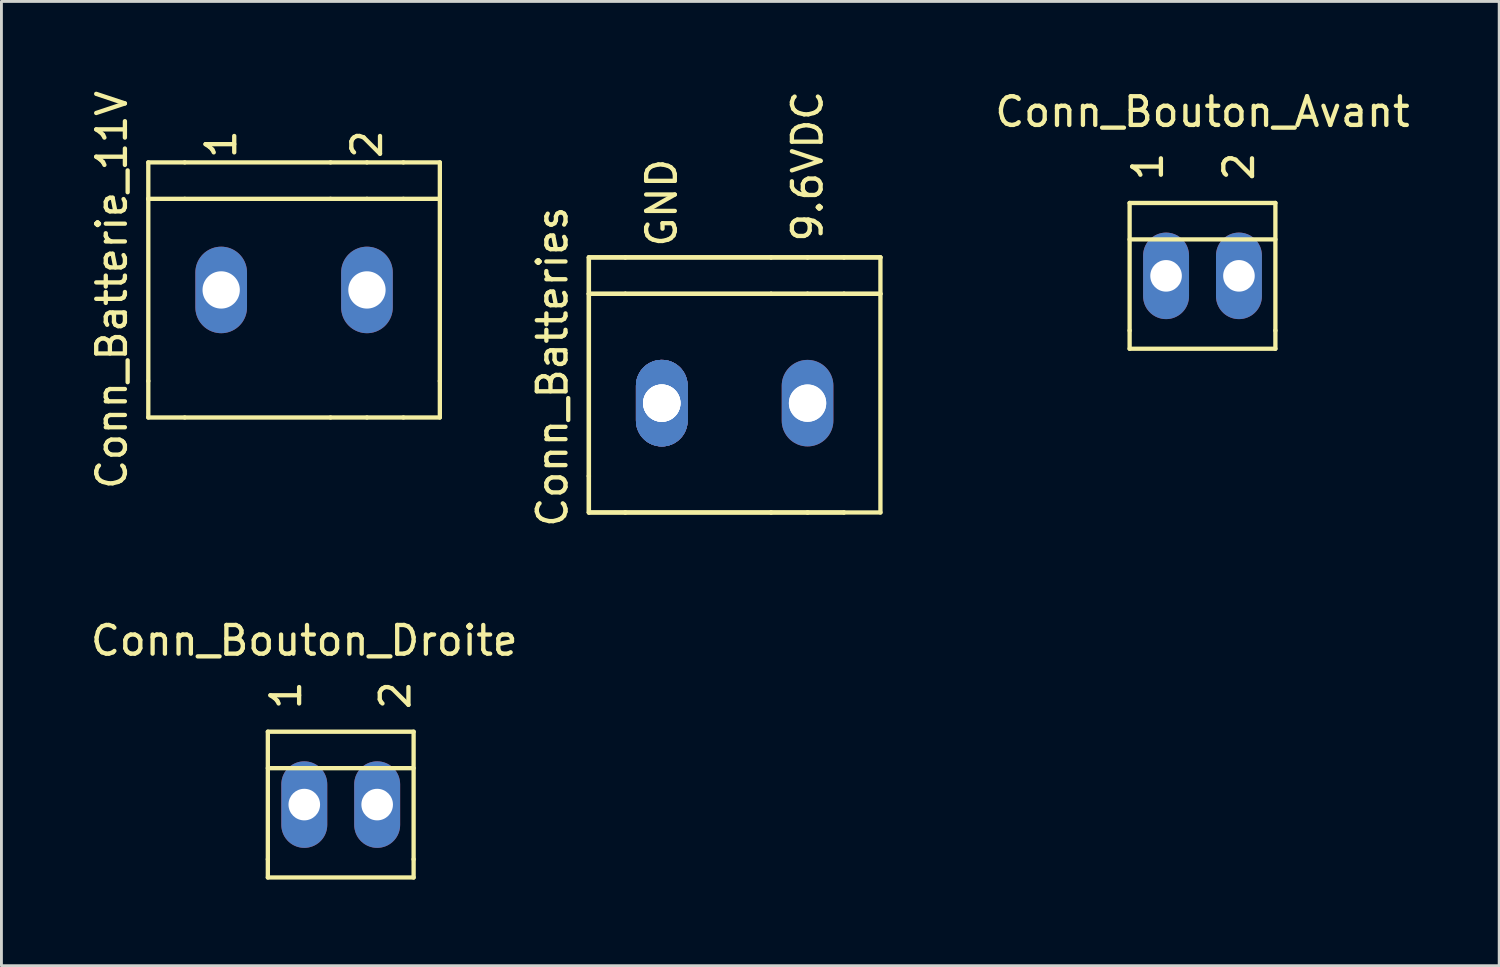
<source format=kicad_pcb>
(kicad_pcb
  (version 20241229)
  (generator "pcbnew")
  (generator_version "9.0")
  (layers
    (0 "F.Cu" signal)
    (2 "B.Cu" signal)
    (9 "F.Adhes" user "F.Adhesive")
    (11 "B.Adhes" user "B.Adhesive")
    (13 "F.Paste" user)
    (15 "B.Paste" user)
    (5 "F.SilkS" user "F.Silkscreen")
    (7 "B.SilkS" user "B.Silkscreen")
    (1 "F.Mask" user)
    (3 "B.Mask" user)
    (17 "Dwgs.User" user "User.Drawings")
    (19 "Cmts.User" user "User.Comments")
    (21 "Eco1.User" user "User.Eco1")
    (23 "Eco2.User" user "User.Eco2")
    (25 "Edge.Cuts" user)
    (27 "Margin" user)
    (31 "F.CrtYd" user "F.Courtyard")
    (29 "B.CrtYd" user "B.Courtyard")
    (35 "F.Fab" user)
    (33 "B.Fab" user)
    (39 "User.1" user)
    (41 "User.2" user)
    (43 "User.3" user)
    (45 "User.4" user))
  (footprint "Conn_Bouton_Avant"
    (layer "F.Cu")
    (at 38.856 6.563)
    (property "Reference" "Conn_Bouton_Avant" (at 0 -5.715 0) (layer "F.SilkS") (effects (font (size 1 1) (thickness 0.15))))
    (attr exclude_from_pos_files exclude_from_bom)
    (fp_line (start -2.54 -2.54) (end -2.54 1.905) (stroke (width 0.15) (type solid)) (layer "F.SilkS"))
    (fp_line (start -2.54 -2.54) (end 2.54 -2.54) (stroke (width 0.15) (type solid)) (layer "F.SilkS"))
    (fp_line (start -2.54 1.905) (end -2.54 2.54) (stroke (width 0.15) (type solid)) (layer "F.SilkS"))
    (fp_line (start 2.54 -2.54) (end 2.54 1.905) (stroke (width 0.15) (type solid)) (layer "F.SilkS"))
    (fp_line (start 2.54 -1.27) (end -2.54 -1.27) (stroke (width 0.15) (type solid)) (layer "F.SilkS"))
    (fp_line (start 2.54 1.905) (end 2.54 2.54) (stroke (width 0.15) (type solid)) (layer "F.SilkS"))
    (fp_line (start 2.54 2.54) (end -2.54 2.54) (stroke (width 0.15) (type solid)) (layer "F.SilkS"))
    (fp_text user "2" (at 1.27 -3.81 90) (layer "F.SilkS") (effects (font (size 1 1) (thickness 0.15))))
    (fp_text user "1" (at -1.905 -3.81 90) (layer "F.SilkS") (effects (font (size 1 1) (thickness 0.15))))
    (pad "1" thru_hole oval (at -1.27 0) (size 1.6 3.015) (drill 1.1) (layers "*.Cu" "*.Mask"))
    (pad "2" thru_hole oval (at 1.27 0) (size 1.6 3.015) (drill 1.1) (layers "*.Cu" "*.Mask")))
  (footprint "Conn_Batteries"
    (layer "F.Cu")
    (at 28.267 12.904)
    (property "Reference" "Conn_Batteries" (at -12.065 -3.175 90) (layer "F.SilkS") (effects (font (size 1 1) (thickness 0.15))))
    (attr exclude_from_pos_files exclude_from_bom)
    (fp_line (start -10.795 -6.985) (end -9.525 -6.985) (stroke (width 0.15) (type solid)) (layer "F.SilkS"))
    (fp_line (start -10.795 -6.985) (end -9.525 -6.985) (stroke (width 0.15) (type solid)) (layer "F.SilkS"))
    (fp_line (start -10.795 -5.715) (end -10.795 -6.985) (stroke (width 0.15) (type solid)) (layer "F.SilkS"))
    (fp_line (start -10.795 -5.715) (end -10.795 -6.985) (stroke (width 0.15) (type solid)) (layer "F.SilkS"))
    (fp_line (start -10.795 -5.715) (end -10.795 0.635) (stroke (width 0.15) (type solid)) (layer "F.SilkS"))
    (fp_line (start -10.795 -5.715) (end -10.795 0.635) (stroke (width 0.15) (type solid)) (layer "F.SilkS"))
    (fp_line (start -10.795 -5.715) (end -9.525 -5.715) (stroke (width 0.15) (type solid)) (layer "F.SilkS"))
    (fp_line (start -10.795 -5.715) (end -9.525 -5.715) (stroke (width 0.15) (type solid)) (layer "F.SilkS"))
    (fp_line (start -10.795 1.905) (end -10.795 0.635) (stroke (width 0.15) (type solid)) (layer "F.SilkS"))
    (fp_line (start -10.795 1.905) (end -10.795 0.635) (stroke (width 0.15) (type solid)) (layer "F.SilkS"))
    (fp_line (start -9.525 -6.985) (end -4.445 -6.985) (stroke (width 0.15) (type solid)) (layer "F.SilkS"))
    (fp_line (start -9.525 -6.985) (end -4.445 -6.985) (stroke (width 0.15) (type solid)) (layer "F.SilkS"))
    (fp_line (start -9.525 1.905) (end -10.795 1.905) (stroke (width 0.15) (type solid)) (layer "F.SilkS"))
    (fp_line (start -9.525 1.905) (end -10.795 1.905) (stroke (width 0.15) (type solid)) (layer "F.SilkS"))
    (fp_line (start -4.445 -6.985) (end -3.175 -6.985) (stroke (width 0.15) (type solid)) (layer "F.SilkS"))
    (fp_line (start -4.445 -6.985) (end -3.175 -6.985) (stroke (width 0.15) (type solid)) (layer "F.SilkS"))
    (fp_line (start -4.445 -5.715) (end -9.525 -5.715) (stroke (width 0.15) (type solid)) (layer "F.SilkS"))
    (fp_line (start -4.445 -5.715) (end -9.525 -5.715) (stroke (width 0.15) (type solid)) (layer "F.SilkS"))
    (fp_line (start -4.445 -5.715) (end -3.175 -5.715) (stroke (width 0.15) (type solid)) (layer "F.SilkS"))
    (fp_line (start -4.445 -5.715) (end -3.175 -5.715) (stroke (width 0.15) (type solid)) (layer "F.SilkS"))
    (fp_line (start -4.445 1.905) (end -9.525 1.905) (stroke (width 0.15) (type solid)) (layer "F.SilkS"))
    (fp_line (start -4.445 1.905) (end -9.525 1.905) (stroke (width 0.15) (type solid)) (layer "F.SilkS"))
    (fp_line (start -4.445 1.905) (end -3.175 1.905) (stroke (width 0.15) (type solid)) (layer "F.SilkS"))
    (fp_line (start -4.445 1.905) (end -3.175 1.905) (stroke (width 0.15) (type solid)) (layer "F.SilkS"))
    (fp_line (start -3.175 -6.985) (end -1.905 -6.985) (stroke (width 0.15) (type solid)) (layer "F.SilkS"))
    (fp_line (start -3.175 -6.985) (end -1.905 -6.985) (stroke (width 0.15) (type solid)) (layer "F.SilkS"))
    (fp_line (start -3.175 -5.715) (end -1.905 -5.715) (stroke (width 0.15) (type solid)) (layer "F.SilkS"))
    (fp_line (start -3.175 -5.715) (end -1.905 -5.715) (stroke (width 0.15) (type solid)) (layer "F.SilkS"))
    (fp_line (start -3.175 1.905) (end -1.905 1.905) (stroke (width 0.15) (type solid)) (layer "F.SilkS"))
    (fp_line (start -3.175 1.905) (end -1.905 1.905) (stroke (width 0.15) (type solid)) (layer "F.SilkS"))
    (fp_line (start -1.905 -6.985) (end -0.635 -6.985) (stroke (width 0.15) (type solid)) (layer "F.SilkS"))
    (fp_line (start -1.905 -6.985) (end -0.635 -6.985) (stroke (width 0.15) (type solid)) (layer "F.SilkS"))
    (fp_line (start -1.905 -5.715) (end -0.635 -5.715) (stroke (width 0.15) (type solid)) (layer "F.SilkS"))
    (fp_line (start -1.905 -5.715) (end -0.635 -5.715) (stroke (width 0.15) (type solid)) (layer "F.SilkS"))
    (fp_line (start -0.635 -6.985) (end -0.635 1.905) (stroke (width 0.15) (type solid)) (layer "F.SilkS"))
    (fp_line (start -0.635 1.905) (end -1.905 1.905) (stroke (width 0.15) (type solid)) (layer "F.SilkS"))
    (fp_text user "GND" (at -8.255 -8.89 90) (layer "F.SilkS") (effects (font (size 1 1) (thickness 0.15))))
    (fp_text user "9.6VDC" (at -3.175 -10.16 90) (layer "F.SilkS") (effects (font (size 1 1) (thickness 0.15))))
    (pad "1" thru_hole oval (at -8.255 -1.905) (size 1.8 3.015) (drill 1.3) (layers "*.Cu" "*.Mask"))
    (pad "1" thru_hole oval (at -8.255 -1.905) (size 1.8 3.015) (drill 1.3) (layers "*.Cu" "*.Mask"))
    (pad "1" thru_hole oval (at -8.255 -1.905) (size 1.8 3.015) (drill 1.3) (layers "*.Cu" "*.Mask"))
    (pad "1" thru_hole oval (at -8.255 -1.905) (size 1.8 3.015) (drill 1.3) (layers "*.Cu" "*.Mask"))
    (pad "2" thru_hole oval (at -3.175 -1.905) (size 1.54 2) (drill 1.3) (layers "*.Cu" "*.Mask"))
    (pad "2" thru_hole oval (at -3.175 -1.905) (size 1.8 3.015) (drill 1.3) (layers "*.Cu" "*.Mask")))
  (footprint "Conn_Bouton_Droite"
    (layer "F.Cu")
    (at 8.824 24.989)
    (property "Reference" "Conn_Bouton_Droite" (at -1.27 -5.715 0) (layer "F.SilkS") (effects (font (size 1 1) (thickness 0.15))))
    (attr exclude_from_pos_files exclude_from_bom)
    (fp_line (start -2.54 -2.54) (end -2.54 1.905) (stroke (width 0.15) (type solid)) (layer "F.SilkS"))
    (fp_line (start -2.54 -2.54) (end 2.54 -2.54) (stroke (width 0.15) (type solid)) (layer "F.SilkS"))
    (fp_line (start -2.54 1.905) (end -2.54 2.54) (stroke (width 0.15) (type solid)) (layer "F.SilkS"))
    (fp_line (start 2.54 -2.54) (end 2.54 1.905) (stroke (width 0.15) (type solid)) (layer "F.SilkS"))
    (fp_line (start 2.54 -1.27) (end -2.54 -1.27) (stroke (width 0.15) (type solid)) (layer "F.SilkS"))
    (fp_line (start 2.54 1.905) (end 2.54 2.54) (stroke (width 0.15) (type solid)) (layer "F.SilkS"))
    (fp_line (start 2.54 2.54) (end -2.54 2.54) (stroke (width 0.15) (type solid)) (layer "F.SilkS"))
    (fp_text user "2" (at 1.905 -3.81 90) (layer "F.SilkS") (effects (font (size 1 1) (thickness 0.15))))
    (fp_text user "1" (at -1.905 -3.81 90) (layer "F.SilkS") (effects (font (size 1 1) (thickness 0.15))))
    (pad "1" thru_hole oval (at -1.27 0) (size 1.6 3.015) (drill 1.1) (layers "*.Cu" "*.Mask"))
    (pad "2" thru_hole oval (at 1.27 0) (size 1.6 3.015) (drill 1.1) (layers "*.Cu" "*.Mask")))
  (footprint "Conn_Batterie_11V"
    (layer "F.Cu")
    (at 5.928 7.054)
    (property "Reference" "Conn_Batterie_11V" (at -5.08 0 90) (layer "F.SilkS") (effects (font (size 1 1) (thickness 0.15))))
    (attr exclude_from_pos_files exclude_from_bom)
    (fp_line (start -3.81 -4.445) (end -2.54 -4.445) (stroke (width 0.15) (type solid)) (layer "F.SilkS"))
    (fp_line (start -3.81 -3.175) (end -3.81 -4.445) (stroke (width 0.15) (type solid)) (layer "F.SilkS"))
    (fp_line (start -3.81 -3.175) (end -3.81 3.175) (stroke (width 0.15) (type solid)) (layer "F.SilkS"))
    (fp_line (start -3.81 4.445) (end -3.81 3.175) (stroke (width 0.15) (type solid)) (layer "F.SilkS"))
    (fp_line (start -2.54 -4.445) (end 2.54 -4.445) (stroke (width 0.15) (type solid)) (layer "F.SilkS"))
    (fp_line (start -2.54 -3.175) (end -3.81 -3.175) (stroke (width 0.15) (type solid)) (layer "F.SilkS"))
    (fp_line (start -2.54 4.445) (end -3.81 4.445) (stroke (width 0.15) (type solid)) (layer "F.SilkS"))
    (fp_line (start 2.54 -4.445) (end 3.81 -4.445) (stroke (width 0.15) (type solid)) (layer "F.SilkS"))
    (fp_line (start 2.54 -3.175) (end -2.54 -3.175) (stroke (width 0.15) (type solid)) (layer "F.SilkS"))
    (fp_line (start 2.54 -3.175) (end 3.81 -3.175) (stroke (width 0.15) (type solid)) (layer "F.SilkS"))
    (fp_line (start 2.54 4.445) (end -2.54 4.445) (stroke (width 0.15) (type solid)) (layer "F.SilkS"))
    (fp_line (start 2.54 4.445) (end 3.81 4.445) (stroke (width 0.15) (type solid)) (layer "F.SilkS"))
    (fp_line (start 3.81 -4.445) (end 5.08 -4.445) (stroke (width 0.15) (type solid)) (layer "F.SilkS"))
    (fp_line (start 3.81 -3.175) (end 5.08 -3.175) (stroke (width 0.15) (type solid)) (layer "F.SilkS"))
    (fp_line (start 3.81 4.445) (end 5.08 4.445) (stroke (width 0.15) (type solid)) (layer "F.SilkS"))
    (fp_line (start 5.08 -4.445) (end 6.35 -4.445) (stroke (width 0.15) (type solid)) (layer "F.SilkS"))
    (fp_line (start 5.08 4.445) (end 6.35 4.445) (stroke (width 0.15) (type solid)) (layer "F.SilkS"))
    (fp_line (start 6.35 -4.445) (end 6.35 -3.175) (stroke (width 0.15) (type solid)) (layer "F.SilkS"))
    (fp_line (start 6.35 -3.175) (end 5.08 -3.175) (stroke (width 0.15) (type solid)) (layer "F.SilkS"))
    (fp_line (start 6.35 -3.175) (end 6.35 3.175) (stroke (width 0.15) (type solid)) (layer "F.SilkS"))
    (fp_line (start 6.35 3.175) (end 6.35 4.445) (stroke (width 0.15) (type solid)) (layer "F.SilkS"))
    (fp_text user "1" (at -1.27 -5.08 90) (layer "F.SilkS") (effects (font (size 1 1) (thickness 0.15))))
    (fp_text user "2" (at 3.81 -5.08 90) (layer "F.SilkS") (effects (font (size 1 1) (thickness 0.15))))
    (pad "1" thru_hole oval (at -1.27 0) (size 1.8 3.015) (drill 1.3) (layers "*.Cu" "*.Mask"))
    (pad "2" thru_hole oval (at 3.81 0) (size 1.8 3.015) (drill 1.3) (layers "*.Cu" "*.Mask")))
  (gr_rect
    (start -3 -3)
    (end 49.195 30.604)
    (stroke (width 0.1) (type default))
    (fill no)
    (layer "Edge.Cuts")))
</source>
